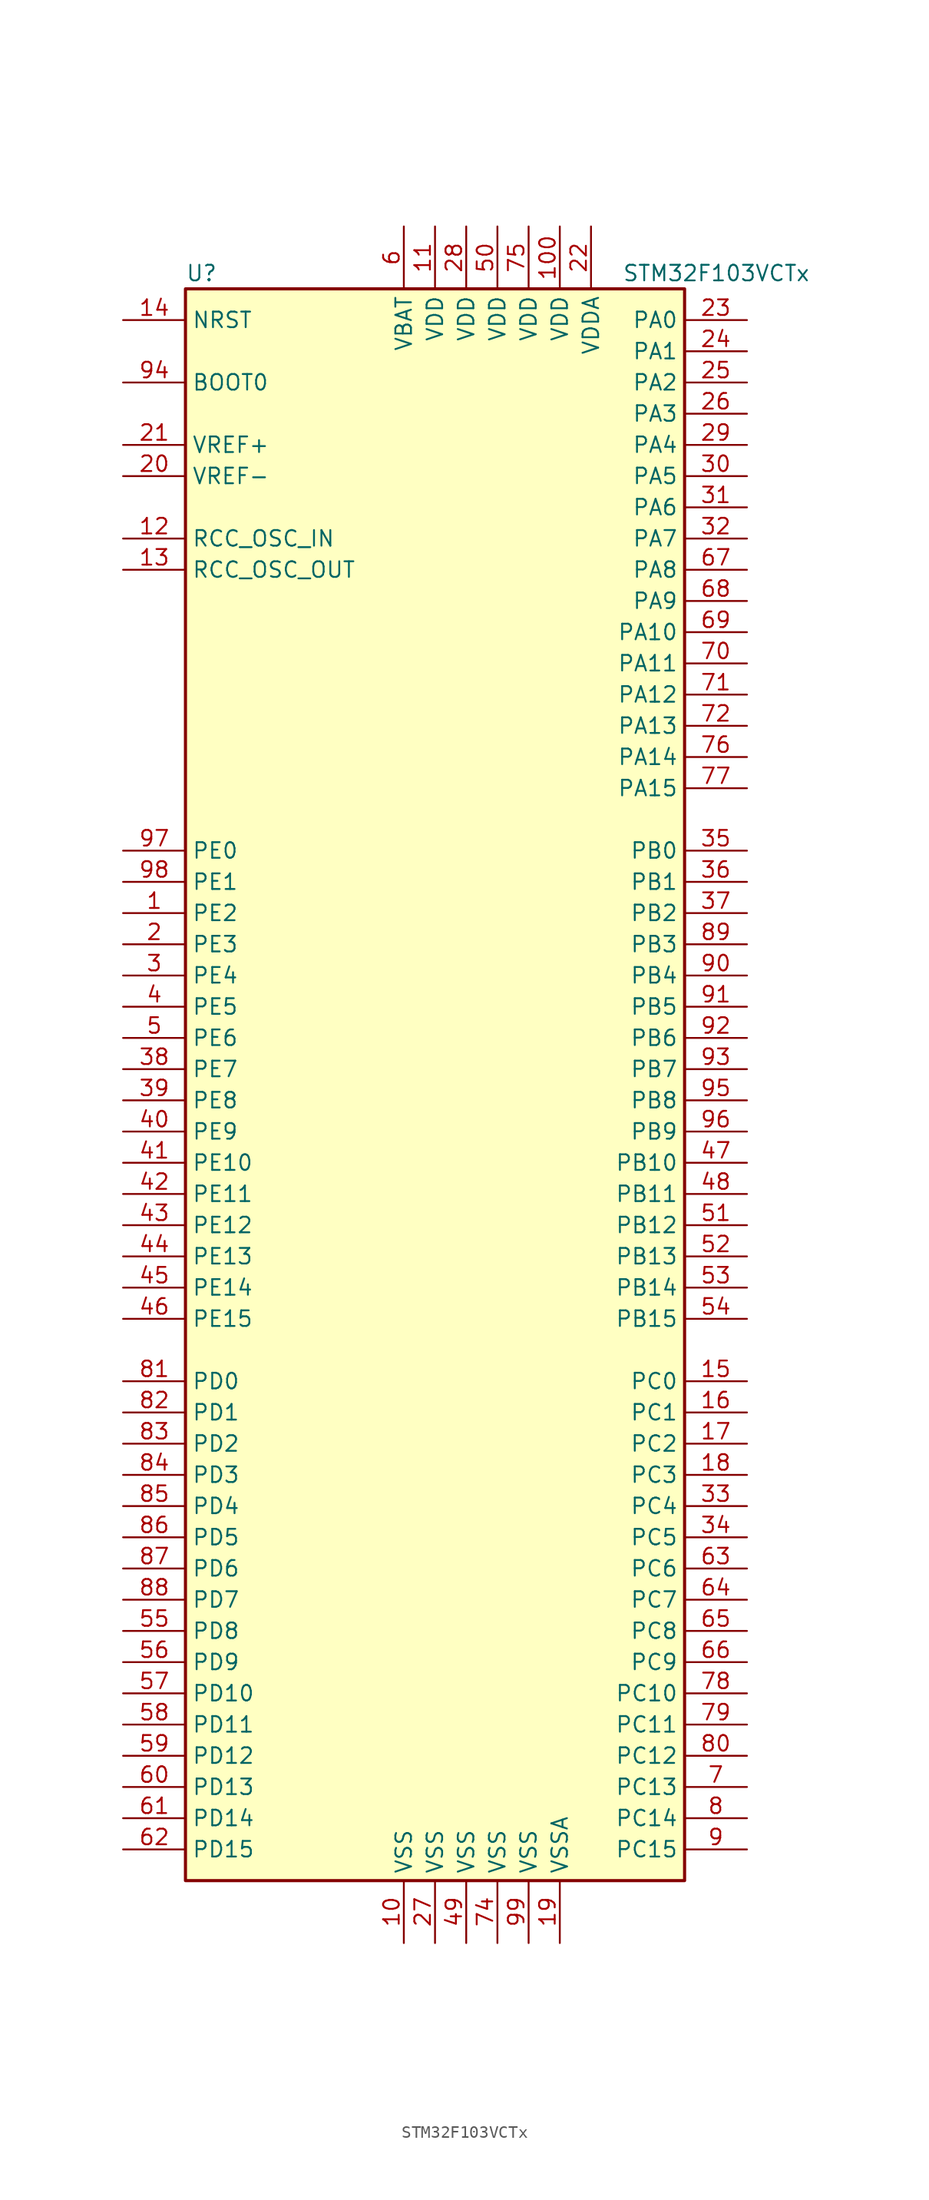
<source format=kicad_sym>
(kicad_symbol_lib
  (version 20201005)
  (generator kicad_symbol_editor)
  (symbol "MCU_ST_STM32F1:STM32F103VCTx"
    (property "Reference" "U"
      (at -20.32 64.77 0)
      (effects (font (size 1.27 1.27)) (justify left)))
    (property "Value" "STM32F103VCTx"
      (at 15.24 64.77 0)
      (effects (font (size 1.27 1.27)) (justify left)))
    (symbol "STM32F103VCTx_0_1"
      (rectangle (start -20.32 -66.04) (end 20.32 63.5) (stroke (width 0.254)) (fill (type background))))
    (symbol "STM32F103VCTx_1_1"
      (pin input line (at -25.4 55.88 0) (length 5.08) (name "BOOT0" (effects (font (size 1.27 1.27)))) (number "94" (effects (font (size 1.27 1.27)))))
      (pin no_connect line (at -20.32 -63.5 0) (length 5.08) hide (name "NC" (effects (font (size 1.27 1.27)))) (number "73" (effects (font (size 1.27 1.27)))))
      (pin input line (at -25.4 60.96 0) (length 5.08) (name "NRST" (effects (font (size 1.27 1.27)))) (number "14" (effects (font (size 1.27 1.27)))))
      (pin bidirectional line (at 25.4 60.96 180) (length 5.08) (name "PA0" (effects (font (size 1.27 1.27)))) (number "23" (effects (font (size 1.27 1.27)))))
      (pin bidirectional line (at 25.4 58.42 180) (length 5.08) (name "PA1" (effects (font (size 1.27 1.27)))) (number "24" (effects (font (size 1.27 1.27)))))
      (pin bidirectional line (at 25.4 35.56 180) (length 5.08) (name "PA10" (effects (font (size 1.27 1.27)))) (number "69" (effects (font (size 1.27 1.27)))))
      (pin bidirectional line (at 25.4 33.02 180) (length 5.08) (name "PA11" (effects (font (size 1.27 1.27)))) (number "70" (effects (font (size 1.27 1.27)))))
      (pin bidirectional line (at 25.4 30.48 180) (length 5.08) (name "PA12" (effects (font (size 1.27 1.27)))) (number "71" (effects (font (size 1.27 1.27)))))
      (pin bidirectional line (at 25.4 27.94 180) (length 5.08) (name "PA13" (effects (font (size 1.27 1.27)))) (number "72" (effects (font (size 1.27 1.27)))))
      (pin bidirectional line (at 25.4 25.4 180) (length 5.08) (name "PA14" (effects (font (size 1.27 1.27)))) (number "76" (effects (font (size 1.27 1.27)))))
      (pin bidirectional line (at 25.4 22.86 180) (length 5.08) (name "PA15" (effects (font (size 1.27 1.27)))) (number "77" (effects (font (size 1.27 1.27)))))
      (pin bidirectional line (at 25.4 55.88 180) (length 5.08) (name "PA2" (effects (font (size 1.27 1.27)))) (number "25" (effects (font (size 1.27 1.27)))))
      (pin bidirectional line (at 25.4 53.34 180) (length 5.08) (name "PA3" (effects (font (size 1.27 1.27)))) (number "26" (effects (font (size 1.27 1.27)))))
      (pin bidirectional line (at 25.4 50.8 180) (length 5.08) (name "PA4" (effects (font (size 1.27 1.27)))) (number "29" (effects (font (size 1.27 1.27)))))
      (pin bidirectional line (at 25.4 48.26 180) (length 5.08) (name "PA5" (effects (font (size 1.27 1.27)))) (number "30" (effects (font (size 1.27 1.27)))))
      (pin bidirectional line (at 25.4 45.72 180) (length 5.08) (name "PA6" (effects (font (size 1.27 1.27)))) (number "31" (effects (font (size 1.27 1.27)))))
      (pin bidirectional line (at 25.4 43.18 180) (length 5.08) (name "PA7" (effects (font (size 1.27 1.27)))) (number "32" (effects (font (size 1.27 1.27)))))
      (pin bidirectional line (at 25.4 40.64 180) (length 5.08) (name "PA8" (effects (font (size 1.27 1.27)))) (number "67" (effects (font (size 1.27 1.27)))))
      (pin bidirectional line (at 25.4 38.1 180) (length 5.08) (name "PA9" (effects (font (size 1.27 1.27)))) (number "68" (effects (font (size 1.27 1.27)))))
      (pin bidirectional line (at 25.4 17.78 180) (length 5.08) (name "PB0" (effects (font (size 1.27 1.27)))) (number "35" (effects (font (size 1.27 1.27)))))
      (pin bidirectional line (at 25.4 15.24 180) (length 5.08) (name "PB1" (effects (font (size 1.27 1.27)))) (number "36" (effects (font (size 1.27 1.27)))))
      (pin bidirectional line (at 25.4 -7.62 180) (length 5.08) (name "PB10" (effects (font (size 1.27 1.27)))) (number "47" (effects (font (size 1.27 1.27)))))
      (pin bidirectional line (at 25.4 -10.16 180) (length 5.08) (name "PB11" (effects (font (size 1.27 1.27)))) (number "48" (effects (font (size 1.27 1.27)))))
      (pin bidirectional line (at 25.4 -12.7 180) (length 5.08) (name "PB12" (effects (font (size 1.27 1.27)))) (number "51" (effects (font (size 1.27 1.27)))))
      (pin bidirectional line (at 25.4 -15.24 180) (length 5.08) (name "PB13" (effects (font (size 1.27 1.27)))) (number "52" (effects (font (size 1.27 1.27)))))
      (pin bidirectional line (at 25.4 -17.78 180) (length 5.08) (name "PB14" (effects (font (size 1.27 1.27)))) (number "53" (effects (font (size 1.27 1.27)))))
      (pin bidirectional line (at 25.4 -20.32 180) (length 5.08) (name "PB15" (effects (font (size 1.27 1.27)))) (number "54" (effects (font (size 1.27 1.27)))))
      (pin bidirectional line (at 25.4 12.7 180) (length 5.08) (name "PB2" (effects (font (size 1.27 1.27)))) (number "37" (effects (font (size 1.27 1.27)))))
      (pin bidirectional line (at 25.4 10.16 180) (length 5.08) (name "PB3" (effects (font (size 1.27 1.27)))) (number "89" (effects (font (size 1.27 1.27)))))
      (pin bidirectional line (at 25.4 7.62 180) (length 5.08) (name "PB4" (effects (font (size 1.27 1.27)))) (number "90" (effects (font (size 1.27 1.27)))))
      (pin bidirectional line (at 25.4 5.08 180) (length 5.08) (name "PB5" (effects (font (size 1.27 1.27)))) (number "91" (effects (font (size 1.27 1.27)))))
      (pin bidirectional line (at 25.4 2.54 180) (length 5.08) (name "PB6" (effects (font (size 1.27 1.27)))) (number "92" (effects (font (size 1.27 1.27)))))
      (pin bidirectional line (at 25.4 0 180) (length 5.08) (name "PB7" (effects (font (size 1.27 1.27)))) (number "93" (effects (font (size 1.27 1.27)))))
      (pin bidirectional line (at 25.4 -2.54 180) (length 5.08) (name "PB8" (effects (font (size 1.27 1.27)))) (number "95" (effects (font (size 1.27 1.27)))))
      (pin bidirectional line (at 25.4 -5.08 180) (length 5.08) (name "PB9" (effects (font (size 1.27 1.27)))) (number "96" (effects (font (size 1.27 1.27)))))
      (pin bidirectional line (at 25.4 -25.4 180) (length 5.08) (name "PC0" (effects (font (size 1.27 1.27)))) (number "15" (effects (font (size 1.27 1.27)))))
      (pin bidirectional line (at 25.4 -27.94 180) (length 5.08) (name "PC1" (effects (font (size 1.27 1.27)))) (number "16" (effects (font (size 1.27 1.27)))))
      (pin bidirectional line (at 25.4 -50.8 180) (length 5.08) (name "PC10" (effects (font (size 1.27 1.27)))) (number "78" (effects (font (size 1.27 1.27)))))
      (pin bidirectional line (at 25.4 -53.34 180) (length 5.08) (name "PC11" (effects (font (size 1.27 1.27)))) (number "79" (effects (font (size 1.27 1.27)))))
      (pin bidirectional line (at 25.4 -55.88 180) (length 5.08) (name "PC12" (effects (font (size 1.27 1.27)))) (number "80" (effects (font (size 1.27 1.27)))))
      (pin bidirectional line (at 25.4 -58.42 180) (length 5.08) (name "PC13" (effects (font (size 1.27 1.27)))) (number "7" (effects (font (size 1.27 1.27)))))
      (pin bidirectional line (at 25.4 -60.96 180) (length 5.08) (name "PC14" (effects (font (size 1.27 1.27)))) (number "8" (effects (font (size 1.27 1.27)))))
      (pin bidirectional line (at 25.4 -63.5 180) (length 5.08) (name "PC15" (effects (font (size 1.27 1.27)))) (number "9" (effects (font (size 1.27 1.27)))))
      (pin bidirectional line (at 25.4 -30.48 180) (length 5.08) (name "PC2" (effects (font (size 1.27 1.27)))) (number "17" (effects (font (size 1.27 1.27)))))
      (pin bidirectional line (at 25.4 -33.02 180) (length 5.08) (name "PC3" (effects (font (size 1.27 1.27)))) (number "18" (effects (font (size 1.27 1.27)))))
      (pin bidirectional line (at 25.4 -35.56 180) (length 5.08) (name "PC4" (effects (font (size 1.27 1.27)))) (number "33" (effects (font (size 1.27 1.27)))))
      (pin bidirectional line (at 25.4 -38.1 180) (length 5.08) (name "PC5" (effects (font (size 1.27 1.27)))) (number "34" (effects (font (size 1.27 1.27)))))
      (pin bidirectional line (at 25.4 -40.64 180) (length 5.08) (name "PC6" (effects (font (size 1.27 1.27)))) (number "63" (effects (font (size 1.27 1.27)))))
      (pin bidirectional line (at 25.4 -43.18 180) (length 5.08) (name "PC7" (effects (font (size 1.27 1.27)))) (number "64" (effects (font (size 1.27 1.27)))))
      (pin bidirectional line (at 25.4 -45.72 180) (length 5.08) (name "PC8" (effects (font (size 1.27 1.27)))) (number "65" (effects (font (size 1.27 1.27)))))
      (pin bidirectional line (at 25.4 -48.26 180) (length 5.08) (name "PC9" (effects (font (size 1.27 1.27)))) (number "66" (effects (font (size 1.27 1.27)))))
      (pin bidirectional line (at -25.4 -25.4 0) (length 5.08) (name "PD0" (effects (font (size 1.27 1.27)))) (number "81" (effects (font (size 1.27 1.27)))))
      (pin bidirectional line (at -25.4 -27.94 0) (length 5.08) (name "PD1" (effects (font (size 1.27 1.27)))) (number "82" (effects (font (size 1.27 1.27)))))
      (pin bidirectional line (at -25.4 -50.8 0) (length 5.08) (name "PD10" (effects (font (size 1.27 1.27)))) (number "57" (effects (font (size 1.27 1.27)))))
      (pin bidirectional line (at -25.4 -53.34 0) (length 5.08) (name "PD11" (effects (font (size 1.27 1.27)))) (number "58" (effects (font (size 1.27 1.27)))))
      (pin bidirectional line (at -25.4 -55.88 0) (length 5.08) (name "PD12" (effects (font (size 1.27 1.27)))) (number "59" (effects (font (size 1.27 1.27)))))
      (pin bidirectional line (at -25.4 -58.42 0) (length 5.08) (name "PD13" (effects (font (size 1.27 1.27)))) (number "60" (effects (font (size 1.27 1.27)))))
      (pin bidirectional line (at -25.4 -60.96 0) (length 5.08) (name "PD14" (effects (font (size 1.27 1.27)))) (number "61" (effects (font (size 1.27 1.27)))))
      (pin bidirectional line (at -25.4 -63.5 0) (length 5.08) (name "PD15" (effects (font (size 1.27 1.27)))) (number "62" (effects (font (size 1.27 1.27)))))
      (pin bidirectional line (at -25.4 -30.48 0) (length 5.08) (name "PD2" (effects (font (size 1.27 1.27)))) (number "83" (effects (font (size 1.27 1.27)))))
      (pin bidirectional line (at -25.4 -33.02 0) (length 5.08) (name "PD3" (effects (font (size 1.27 1.27)))) (number "84" (effects (font (size 1.27 1.27)))))
      (pin bidirectional line (at -25.4 -35.56 0) (length 5.08) (name "PD4" (effects (font (size 1.27 1.27)))) (number "85" (effects (font (size 1.27 1.27)))))
      (pin bidirectional line (at -25.4 -38.1 0) (length 5.08) (name "PD5" (effects (font (size 1.27 1.27)))) (number "86" (effects (font (size 1.27 1.27)))))
      (pin bidirectional line (at -25.4 -40.64 0) (length 5.08) (name "PD6" (effects (font (size 1.27 1.27)))) (number "87" (effects (font (size 1.27 1.27)))))
      (pin bidirectional line (at -25.4 -43.18 0) (length 5.08) (name "PD7" (effects (font (size 1.27 1.27)))) (number "88" (effects (font (size 1.27 1.27)))))
      (pin bidirectional line (at -25.4 -45.72 0) (length 5.08) (name "PD8" (effects (font (size 1.27 1.27)))) (number "55" (effects (font (size 1.27 1.27)))))
      (pin bidirectional line (at -25.4 -48.26 0) (length 5.08) (name "PD9" (effects (font (size 1.27 1.27)))) (number "56" (effects (font (size 1.27 1.27)))))
      (pin bidirectional line (at -25.4 17.78 0) (length 5.08) (name "PE0" (effects (font (size 1.27 1.27)))) (number "97" (effects (font (size 1.27 1.27)))))
      (pin bidirectional line (at -25.4 15.24 0) (length 5.08) (name "PE1" (effects (font (size 1.27 1.27)))) (number "98" (effects (font (size 1.27 1.27)))))
      (pin bidirectional line (at -25.4 -7.62 0) (length 5.08) (name "PE10" (effects (font (size 1.27 1.27)))) (number "41" (effects (font (size 1.27 1.27)))))
      (pin bidirectional line (at -25.4 -10.16 0) (length 5.08) (name "PE11" (effects (font (size 1.27 1.27)))) (number "42" (effects (font (size 1.27 1.27)))))
      (pin bidirectional line (at -25.4 -12.7 0) (length 5.08) (name "PE12" (effects (font (size 1.27 1.27)))) (number "43" (effects (font (size 1.27 1.27)))))
      (pin bidirectional line (at -25.4 -15.24 0) (length 5.08) (name "PE13" (effects (font (size 1.27 1.27)))) (number "44" (effects (font (size 1.27 1.27)))))
      (pin bidirectional line (at -25.4 -17.78 0) (length 5.08) (name "PE14" (effects (font (size 1.27 1.27)))) (number "45" (effects (font (size 1.27 1.27)))))
      (pin bidirectional line (at -25.4 -20.32 0) (length 5.08) (name "PE15" (effects (font (size 1.27 1.27)))) (number "46" (effects (font (size 1.27 1.27)))))
      (pin bidirectional line (at -25.4 12.7 0) (length 5.08) (name "PE2" (effects (font (size 1.27 1.27)))) (number "1" (effects (font (size 1.27 1.27)))))
      (pin bidirectional line (at -25.4 10.16 0) (length 5.08) (name "PE3" (effects (font (size 1.27 1.27)))) (number "2" (effects (font (size 1.27 1.27)))))
      (pin bidirectional line (at -25.4 7.62 0) (length 5.08) (name "PE4" (effects (font (size 1.27 1.27)))) (number "3" (effects (font (size 1.27 1.27)))))
      (pin bidirectional line (at -25.4 5.08 0) (length 5.08) (name "PE5" (effects (font (size 1.27 1.27)))) (number "4" (effects (font (size 1.27 1.27)))))
      (pin bidirectional line (at -25.4 2.54 0) (length 5.08) (name "PE6" (effects (font (size 1.27 1.27)))) (number "5" (effects (font (size 1.27 1.27)))))
      (pin bidirectional line (at -25.4 0 0) (length 5.08) (name "PE7" (effects (font (size 1.27 1.27)))) (number "38" (effects (font (size 1.27 1.27)))))
      (pin bidirectional line (at -25.4 -2.54 0) (length 5.08) (name "PE8" (effects (font (size 1.27 1.27)))) (number "39" (effects (font (size 1.27 1.27)))))
      (pin bidirectional line (at -25.4 -5.08 0) (length 5.08) (name "PE9" (effects (font (size 1.27 1.27)))) (number "40" (effects (font (size 1.27 1.27)))))
      (pin input line (at -25.4 43.18 0) (length 5.08) (name "RCC_OSC_IN" (effects (font (size 1.27 1.27)))) (number "12" (effects (font (size 1.27 1.27)))))
      (pin input line (at -25.4 40.64 0) (length 5.08) (name "RCC_OSC_OUT" (effects (font (size 1.27 1.27)))) (number "13" (effects (font (size 1.27 1.27)))))
      (pin power_in line (at -2.54 68.58 270) (length 5.08) (name "VBAT" (effects (font (size 1.27 1.27)))) (number "6" (effects (font (size 1.27 1.27)))))
      (pin power_in line (at 10.16 68.58 270) (length 5.08) (name "VDD" (effects (font (size 1.27 1.27)))) (number "100" (effects (font (size 1.27 1.27)))))
      (pin power_in line (at 0 68.58 270) (length 5.08) (name "VDD" (effects (font (size 1.27 1.27)))) (number "11" (effects (font (size 1.27 1.27)))))
      (pin power_in line (at 2.54 68.58 270) (length 5.08) (name "VDD" (effects (font (size 1.27 1.27)))) (number "28" (effects (font (size 1.27 1.27)))))
      (pin power_in line (at 5.08 68.58 270) (length 5.08) (name "VDD" (effects (font (size 1.27 1.27)))) (number "50" (effects (font (size 1.27 1.27)))))
      (pin power_in line (at 7.62 68.58 270) (length 5.08) (name "VDD" (effects (font (size 1.27 1.27)))) (number "75" (effects (font (size 1.27 1.27)))))
      (pin power_in line (at 12.7 68.58 270) (length 5.08) (name "VDDA" (effects (font (size 1.27 1.27)))) (number "22" (effects (font (size 1.27 1.27)))))
      (pin power_in line (at -25.4 50.8 0) (length 5.08) (name "VREF+" (effects (font (size 1.27 1.27)))) (number "21" (effects (font (size 1.27 1.27)))))
      (pin power_in line (at -25.4 48.26 0) (length 5.08) (name "VREF-" (effects (font (size 1.27 1.27)))) (number "20" (effects (font (size 1.27 1.27)))))
      (pin power_in line (at -2.54 -71.12 90) (length 5.08) (name "VSS" (effects (font (size 1.27 1.27)))) (number "10" (effects (font (size 1.27 1.27)))))
      (pin power_in line (at 0 -71.12 90) (length 5.08) (name "VSS" (effects (font (size 1.27 1.27)))) (number "27" (effects (font (size 1.27 1.27)))))
      (pin power_in line (at 2.54 -71.12 90) (length 5.08) (name "VSS" (effects (font (size 1.27 1.27)))) (number "49" (effects (font (size 1.27 1.27)))))
      (pin power_in line (at 5.08 -71.12 90) (length 5.08) (name "VSS" (effects (font (size 1.27 1.27)))) (number "74" (effects (font (size 1.27 1.27)))))
      (pin power_in line (at 7.62 -71.12 90) (length 5.08) (name "VSS" (effects (font (size 1.27 1.27)))) (number "99" (effects (font (size 1.27 1.27)))))
      (pin power_in line (at 10.16 -71.12 90) (length 5.08) (name "VSSA" (effects (font (size 1.27 1.27)))) (number "19" (effects (font (size 1.27 1.27))))))))
</source>
